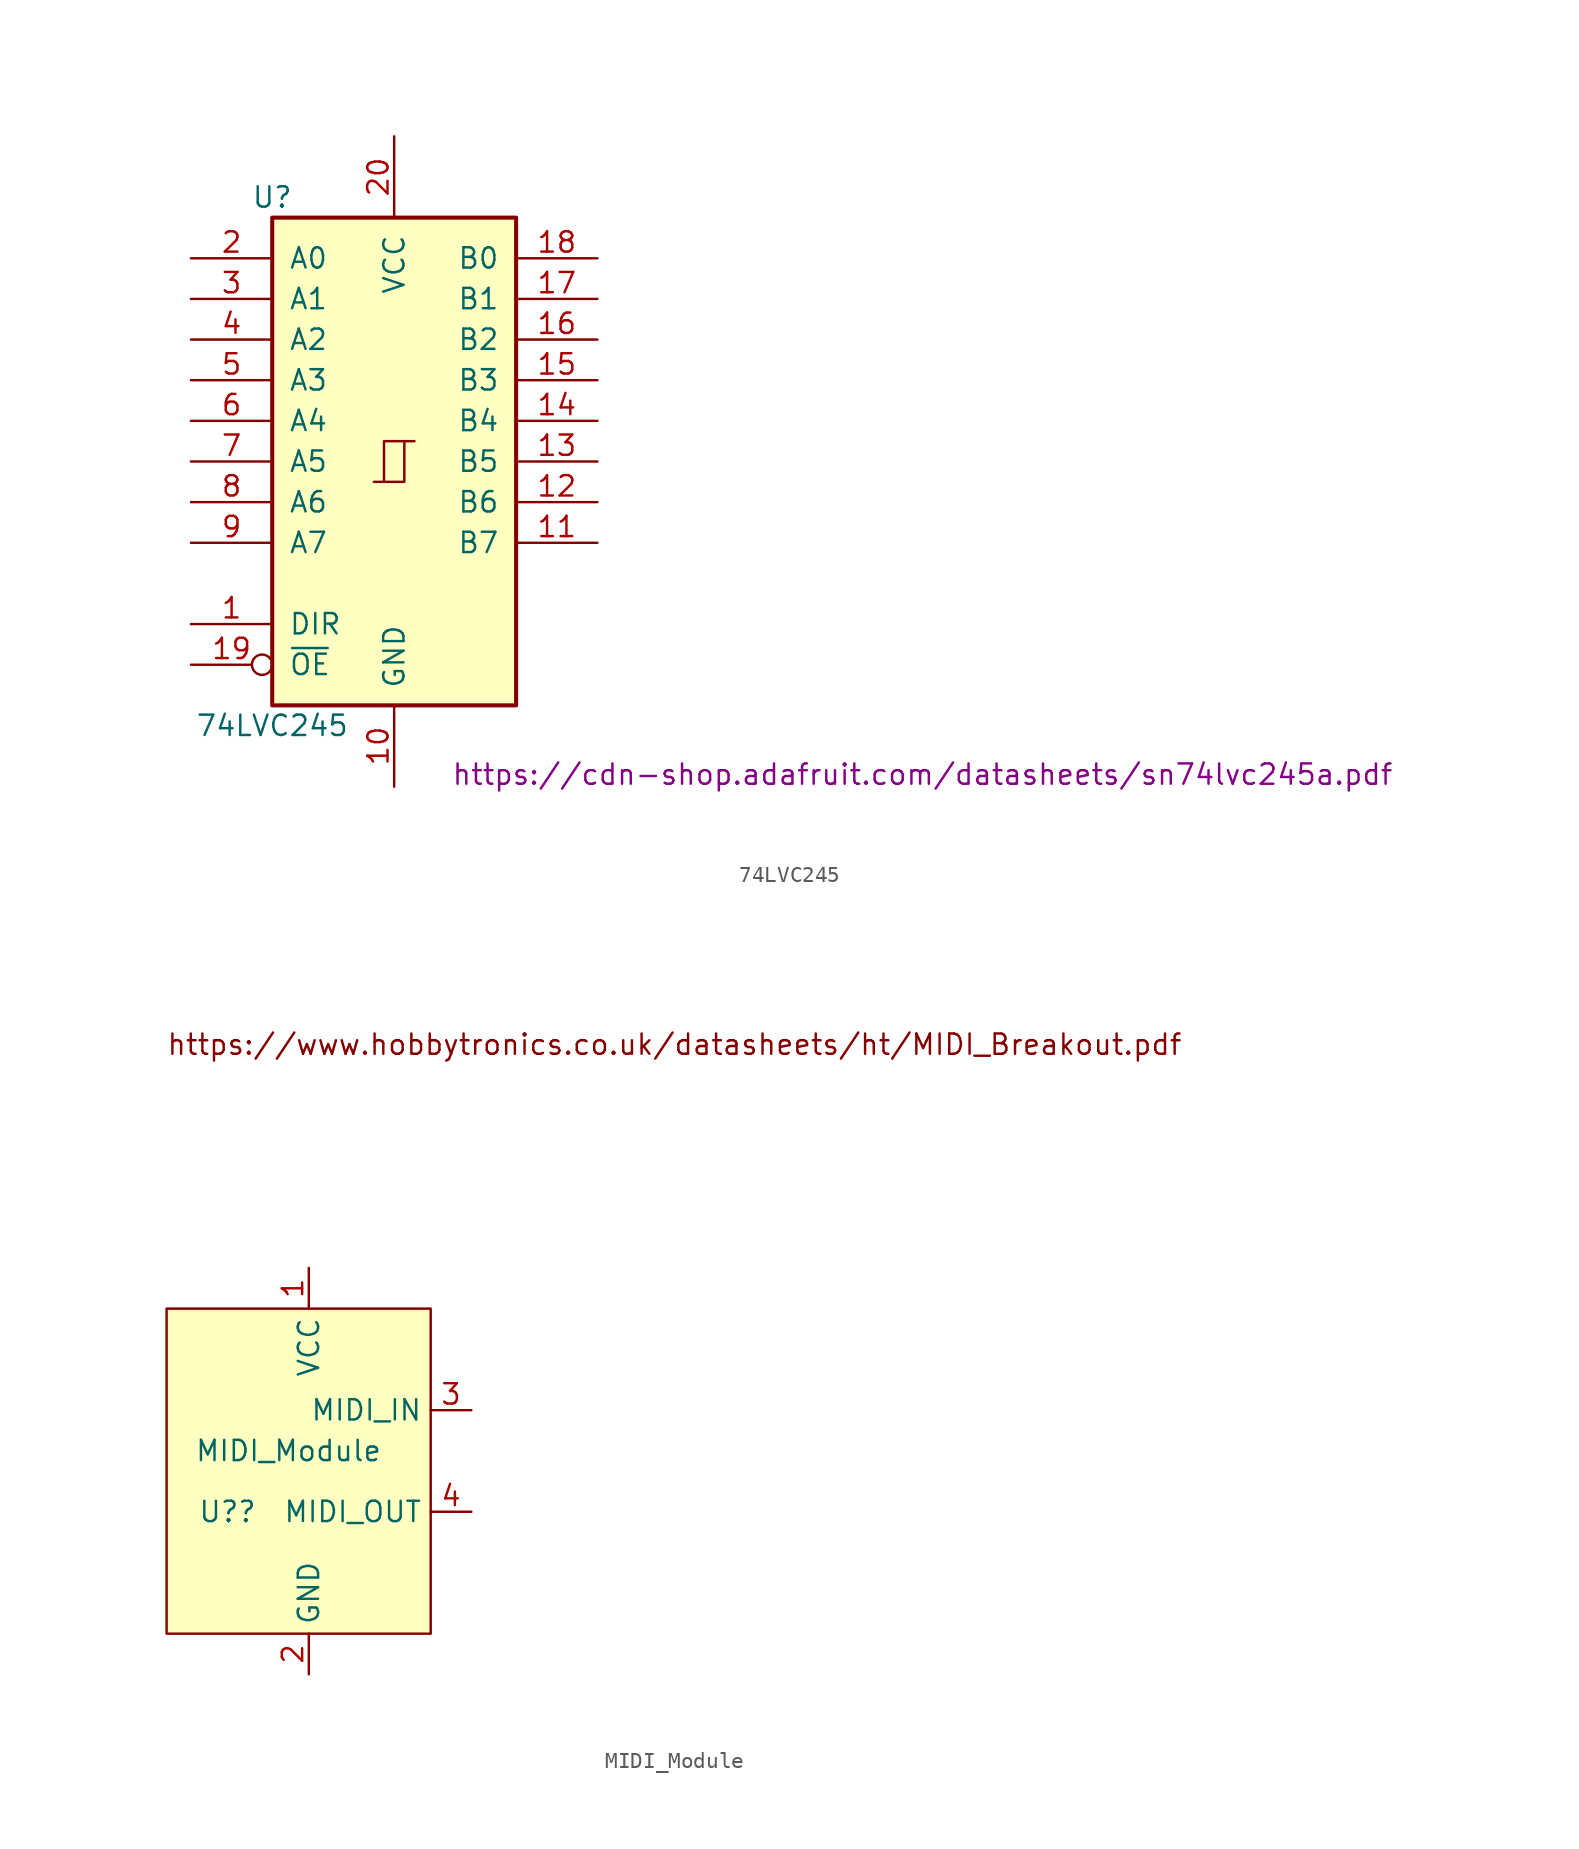
<source format=kicad_sym>
(kicad_symbol_lib
  (version 20211014)
  (generator kicad_symbol_editor)
  (symbol "74LVC245"
    (pin_names
      (offset 1.016))
    (property "Reference" "U"
      (at -7.62 16.51 0)
      (effects (font (size 1.27 1.27))))
    (property "Value" "74LVC245"
      (at -7.62 -16.51 0)
      (effects (font (size 1.27 1.27))))
    (property "Datasheet" "https://cdn-shop.adafruit.com/datasheets/sn74lvc245a.pdf"
      (at 33.02 -19.558 0)
      (effects (font (size 1.27 1.27))))
    (property "ki_locked" ""
      (at 0 0 0)
      (effects (font (size 1.27 1.27))))
    (symbol "74LVC245_1_0"
      (polyline (pts (xy -0.635 -1.27) (xy -0.635 1.27) (xy 0.635 1.27)) (stroke (width 0) (type default) (color 0 0 0 0)) (fill (type none)))
      (polyline (pts (xy -1.27 -1.27) (xy 0.635 -1.27) (xy 0.635 1.27) (xy 1.27 1.27)) (stroke (width 0) (type default) (color 0 0 0 0)) (fill (type none)))
      (pin input line (at -12.7 -10.16 0) (length 5.08) (name "DIR" (effects (font (size 1.27 1.27)))) (number "1" (effects (font (size 1.27 1.27)))))
      (pin power_in line (at 0 -20.32 90) (length 5.08) (name "GND" (effects (font (size 1.27 1.27)))) (number "10" (effects (font (size 1.27 1.27)))))
      (pin tri_state line (at 12.7 -5.08 180) (length 5.08) (name "B7" (effects (font (size 1.27 1.27)))) (number "11" (effects (font (size 1.27 1.27)))))
      (pin tri_state line (at 12.7 -2.54 180) (length 5.08) (name "B6" (effects (font (size 1.27 1.27)))) (number "12" (effects (font (size 1.27 1.27)))))
      (pin tri_state line (at 12.7 0 180) (length 5.08) (name "B5" (effects (font (size 1.27 1.27)))) (number "13" (effects (font (size 1.27 1.27)))))
      (pin tri_state line (at 12.7 2.54 180) (length 5.08) (name "B4" (effects (font (size 1.27 1.27)))) (number "14" (effects (font (size 1.27 1.27)))))
      (pin tri_state line (at 12.7 5.08 180) (length 5.08) (name "B3" (effects (font (size 1.27 1.27)))) (number "15" (effects (font (size 1.27 1.27)))))
      (pin tri_state line (at 12.7 7.62 180) (length 5.08) (name "B2" (effects (font (size 1.27 1.27)))) (number "16" (effects (font (size 1.27 1.27)))))
      (pin tri_state line (at 12.7 10.16 180) (length 5.08) (name "B1" (effects (font (size 1.27 1.27)))) (number "17" (effects (font (size 1.27 1.27)))))
      (pin tri_state line (at 12.7 12.7 180) (length 5.08) (name "B0" (effects (font (size 1.27 1.27)))) (number "18" (effects (font (size 1.27 1.27)))))
      (pin input inverted (at -12.7 -12.7 0) (length 5.08) (name "~{OE}" (effects (font (size 1.27 1.27)))) (number "19" (effects (font (size 1.27 1.27)))))
      (pin tri_state line (at -12.7 12.7 0) (length 5.08) (name "A0" (effects (font (size 1.27 1.27)))) (number "2" (effects (font (size 1.27 1.27)))))
      (pin power_in line (at 0 20.32 270) (length 5.08) (name "VCC" (effects (font (size 1.27 1.27)))) (number "20" (effects (font (size 1.27 1.27)))))
      (pin tri_state line (at -12.7 10.16 0) (length 5.08) (name "A1" (effects (font (size 1.27 1.27)))) (number "3" (effects (font (size 1.27 1.27)))))
      (pin tri_state line (at -12.7 7.62 0) (length 5.08) (name "A2" (effects (font (size 1.27 1.27)))) (number "4" (effects (font (size 1.27 1.27)))))
      (pin tri_state line (at -12.7 5.08 0) (length 5.08) (name "A3" (effects (font (size 1.27 1.27)))) (number "5" (effects (font (size 1.27 1.27)))))
      (pin tri_state line (at -12.7 2.54 0) (length 5.08) (name "A4" (effects (font (size 1.27 1.27)))) (number "6" (effects (font (size 1.27 1.27)))))
      (pin tri_state line (at -12.7 0 0) (length 5.08) (name "A5" (effects (font (size 1.27 1.27)))) (number "7" (effects (font (size 1.27 1.27)))))
      (pin tri_state line (at -12.7 -2.54 0) (length 5.08) (name "A6" (effects (font (size 1.27 1.27)))) (number "8" (effects (font (size 1.27 1.27)))))
      (pin tri_state line (at -12.7 -5.08 0) (length 5.08) (name "A7" (effects (font (size 1.27 1.27)))) (number "9" (effects (font (size 1.27 1.27))))))
    (symbol "74LVC245_1_1"
      (rectangle (start -7.62 15.24) (end 7.62 -15.24) (stroke (width 0.254) (type default) (color 0 0 0 0)) (fill (type background)))))
  (symbol "MIDI_Module"
    (property "Reference" "U?"
      (at -5.08 -3.81 0)
      (effects (font (size 1.27 1.27))))
    (property "Value" "MIDI_Module"
      (at -1.27 0 0)
      (effects (font (size 1.27 1.27))))
    (symbol "MIDI_Module_0_0"
      (text "https://www.hobbytronics.co.uk/datasheets/ht/MIDI_Breakout.pdf" (at 22.86 25.4 0) (effects (font (size 1.27 1.27)))))
    (symbol "MIDI_Module_0_1"
      (rectangle (start 7.62 8.89) (end -8.89 -11.43) (stroke (width 0) (type default) (color 0 0 0 0)) (fill (type background))))
    (symbol "MIDI_Module_1_0"
      (pin power_in line (at 0 11.43 270) (length 2.54) (name "VCC" (effects (font (size 1.27 1.27)))) (number "1" (effects (font (size 1.27 1.27)))))
      (pin power_in line (at 0 -13.97 90) (length 2.54) (name "GND" (effects (font (size 1.27 1.27)))) (number "2" (effects (font (size 1.27 1.27)))))
      (pin output line (at 10.16 2.54 180) (length 2.54) (name "MIDI_IN" (effects (font (size 1.27 1.27)))) (number "3" (effects (font (size 1.27 1.27)))))
      (pin input line (at 10.16 -3.81 180) (length 2.54) (name "MIDI_OUT" (effects (font (size 1.27 1.27)))) (number "4" (effects (font (size 1.27 1.27))))))))
</source>
